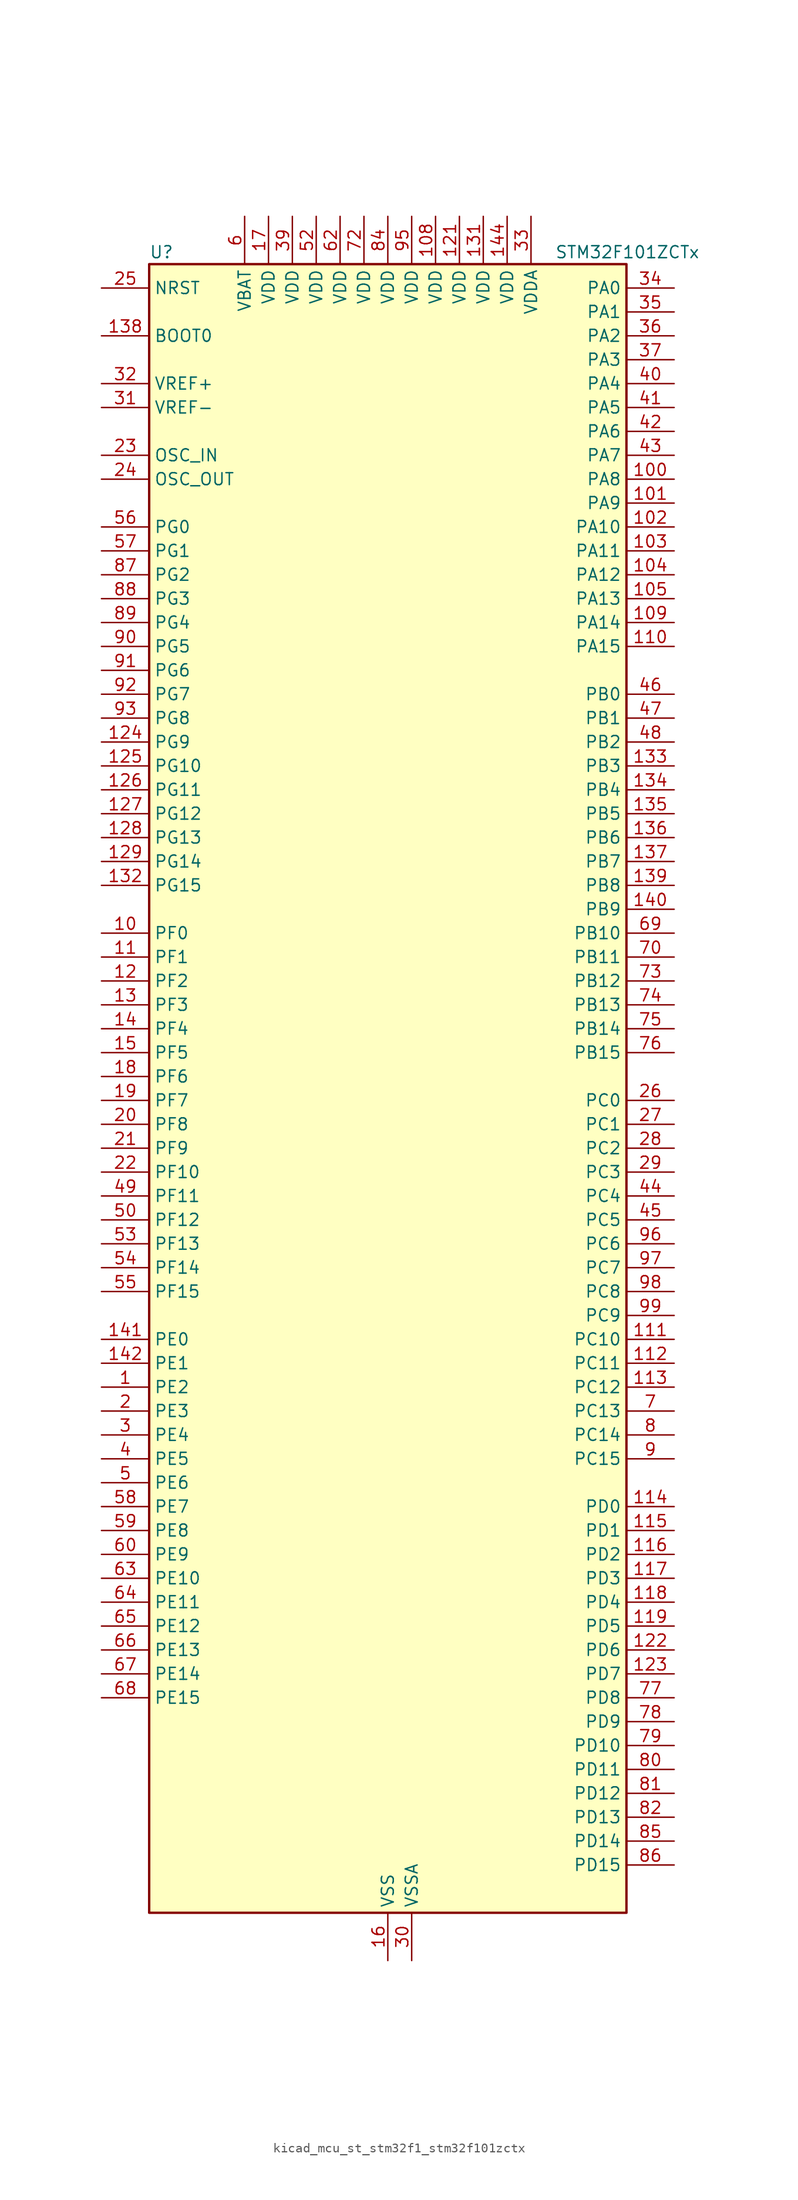
<source format=kicad_sym>
(kicad_symbol_lib
  (version 20220914)
  (generator kicad_symbol_editor)
  (symbol "kicad_mcu_st_stm32f1_stm32f101zctx"
    (property "Reference" "U"
      (at -25.4 90.17 0)
      (effects (font (size 1.27 1.27)) (justify left)))
    (property "Value" "STM32F101ZCTx"
      (at 17.78 90.17 0)
      (effects (font (size 1.27 1.27)) (justify left)))
    (property "ki_locked" ""
      (at 0 0 0)
      (effects (font (size 1.27 1.27))))
    (symbol "kicad_mcu_st_stm32f1_stm32f101zctx_0_1"
      (rectangle (start -25.4 -86.36) (end 25.4 88.9) (stroke (width 0.254) (type default)) (fill (type background))))
    (symbol "kicad_mcu_st_stm32f1_stm32f101zctx_1_1"
      (pin bidirectional line (at -30.48 -30.48 0) (length 5.08) (name "PE2" (effects (font (size 1.27 1.27)))) (number "1" (effects (font (size 1.27 1.27)))) (alternate "FSMC_A23" bidirectional line) (alternate "SYS_TRACECLK" bidirectional line))
      (pin bidirectional line (at -30.48 17.78 0) (length 5.08) (name "PF0" (effects (font (size 1.27 1.27)))) (number "10" (effects (font (size 1.27 1.27)))) (alternate "FSMC_A0" bidirectional line))
      (pin bidirectional line (at 30.48 66.04 180) (length 5.08) (name "PA8" (effects (font (size 1.27 1.27)))) (number "100" (effects (font (size 1.27 1.27)))) (alternate "RCC_MCO" bidirectional line) (alternate "USART1_CK" bidirectional line))
      (pin bidirectional line (at 30.48 63.5 180) (length 5.08) (name "PA9" (effects (font (size 1.27 1.27)))) (number "101" (effects (font (size 1.27 1.27)))) (alternate "DAC_EXTI9" bidirectional line) (alternate "USART1_TX" bidirectional line))
      (pin bidirectional line (at 30.48 60.96 180) (length 5.08) (name "PA10" (effects (font (size 1.27 1.27)))) (number "102" (effects (font (size 1.27 1.27)))) (alternate "USART1_RX" bidirectional line))
      (pin bidirectional line (at 30.48 58.42 180) (length 5.08) (name "PA11" (effects (font (size 1.27 1.27)))) (number "103" (effects (font (size 1.27 1.27)))) (alternate "ADC1_EXTI11" bidirectional line) (alternate "USART1_CTS" bidirectional line))
      (pin bidirectional line (at 30.48 55.88 180) (length 5.08) (name "PA12" (effects (font (size 1.27 1.27)))) (number "104" (effects (font (size 1.27 1.27)))) (alternate "USART1_RTS" bidirectional line))
      (pin bidirectional line (at 30.48 53.34 180) (length 5.08) (name "PA13" (effects (font (size 1.27 1.27)))) (number "105" (effects (font (size 1.27 1.27)))) (alternate "SYS_JTMS-SWDIO" bidirectional line))
      (pin no_connect line (at -25.4 -86.36 0) (length 5.08) hide (name "NC" (effects (font (size 1.27 1.27)))) (number "106" (effects (font (size 1.27 1.27)))))
      (pin passive line (at 0 -91.44 90) (length 5.08) hide (name "VSS" (effects (font (size 1.27 1.27)))) (number "107" (effects (font (size 1.27 1.27)))))
      (pin power_in line (at 5.08 93.98 270) (length 5.08) (name "VDD" (effects (font (size 1.27 1.27)))) (number "108" (effects (font (size 1.27 1.27)))))
      (pin bidirectional line (at 30.48 50.8 180) (length 5.08) (name "PA14" (effects (font (size 1.27 1.27)))) (number "109" (effects (font (size 1.27 1.27)))) (alternate "SYS_JTCK-SWCLK" bidirectional line))
      (pin bidirectional line (at -30.48 15.24 0) (length 5.08) (name "PF1" (effects (font (size 1.27 1.27)))) (number "11" (effects (font (size 1.27 1.27)))) (alternate "FSMC_A1" bidirectional line))
      (pin bidirectional line (at 30.48 48.26 180) (length 5.08) (name "PA15" (effects (font (size 1.27 1.27)))) (number "110" (effects (font (size 1.27 1.27)))) (alternate "ADC1_EXTI15" bidirectional line) (alternate "SPI1_NSS" bidirectional line) (alternate "SPI3_NSS" bidirectional line) (alternate "SYS_JTDI" bidirectional line) (alternate "TIM2_CH1" bidirectional line) (alternate "TIM2_ETR" bidirectional line))
      (pin bidirectional line (at 30.48 -25.4 180) (length 5.08) (name "PC10" (effects (font (size 1.27 1.27)))) (number "111" (effects (font (size 1.27 1.27)))) (alternate "UART4_TX" bidirectional line) (alternate "USART3_TX" bidirectional line))
      (pin bidirectional line (at 30.48 -27.94 180) (length 5.08) (name "PC11" (effects (font (size 1.27 1.27)))) (number "112" (effects (font (size 1.27 1.27)))) (alternate "ADC1_EXTI11" bidirectional line) (alternate "UART4_RX" bidirectional line) (alternate "USART3_RX" bidirectional line))
      (pin bidirectional line (at 30.48 -30.48 180) (length 5.08) (name "PC12" (effects (font (size 1.27 1.27)))) (number "113" (effects (font (size 1.27 1.27)))) (alternate "UART5_TX" bidirectional line) (alternate "USART3_CK" bidirectional line))
      (pin bidirectional line (at 30.48 -43.18 180) (length 5.08) (name "PD0" (effects (font (size 1.27 1.27)))) (number "114" (effects (font (size 1.27 1.27)))) (alternate "FSMC_D2" bidirectional line) (alternate "FSMC_DA2" bidirectional line))
      (pin bidirectional line (at 30.48 -45.72 180) (length 5.08) (name "PD1" (effects (font (size 1.27 1.27)))) (number "115" (effects (font (size 1.27 1.27)))) (alternate "FSMC_D3" bidirectional line) (alternate "FSMC_DA3" bidirectional line))
      (pin bidirectional line (at 30.48 -48.26 180) (length 5.08) (name "PD2" (effects (font (size 1.27 1.27)))) (number "116" (effects (font (size 1.27 1.27)))) (alternate "TIM3_ETR" bidirectional line) (alternate "UART5_RX" bidirectional line))
      (pin bidirectional line (at 30.48 -50.8 180) (length 5.08) (name "PD3" (effects (font (size 1.27 1.27)))) (number "117" (effects (font (size 1.27 1.27)))) (alternate "FSMC_CLK" bidirectional line) (alternate "USART2_CTS" bidirectional line))
      (pin bidirectional line (at 30.48 -53.34 180) (length 5.08) (name "PD4" (effects (font (size 1.27 1.27)))) (number "118" (effects (font (size 1.27 1.27)))) (alternate "FSMC_NOE" bidirectional line) (alternate "USART2_RTS" bidirectional line))
      (pin bidirectional line (at 30.48 -55.88 180) (length 5.08) (name "PD5" (effects (font (size 1.27 1.27)))) (number "119" (effects (font (size 1.27 1.27)))) (alternate "FSMC_NWE" bidirectional line) (alternate "USART2_TX" bidirectional line))
      (pin bidirectional line (at -30.48 12.7 0) (length 5.08) (name "PF2" (effects (font (size 1.27 1.27)))) (number "12" (effects (font (size 1.27 1.27)))) (alternate "FSMC_A2" bidirectional line))
      (pin passive line (at 0 -91.44 90) (length 5.08) hide (name "VSS" (effects (font (size 1.27 1.27)))) (number "120" (effects (font (size 1.27 1.27)))))
      (pin power_in line (at 7.62 93.98 270) (length 5.08) (name "VDD" (effects (font (size 1.27 1.27)))) (number "121" (effects (font (size 1.27 1.27)))))
      (pin bidirectional line (at 30.48 -58.42 180) (length 5.08) (name "PD6" (effects (font (size 1.27 1.27)))) (number "122" (effects (font (size 1.27 1.27)))) (alternate "FSMC_NWAIT" bidirectional line) (alternate "USART2_RX" bidirectional line))
      (pin bidirectional line (at 30.48 -60.96 180) (length 5.08) (name "PD7" (effects (font (size 1.27 1.27)))) (number "123" (effects (font (size 1.27 1.27)))) (alternate "FSMC_NCE2" bidirectional line) (alternate "FSMC_NE1" bidirectional line) (alternate "USART2_CK" bidirectional line))
      (pin bidirectional line (at -30.48 38.1 0) (length 5.08) (name "PG9" (effects (font (size 1.27 1.27)))) (number "124" (effects (font (size 1.27 1.27)))) (alternate "DAC_EXTI9" bidirectional line) (alternate "FSMC_NCE3" bidirectional line) (alternate "FSMC_NE2" bidirectional line))
      (pin bidirectional line (at -30.48 35.56 0) (length 5.08) (name "PG10" (effects (font (size 1.27 1.27)))) (number "125" (effects (font (size 1.27 1.27)))) (alternate "FSMC_NCE4_1" bidirectional line) (alternate "FSMC_NE3" bidirectional line))
      (pin bidirectional line (at -30.48 33.02 0) (length 5.08) (name "PG11" (effects (font (size 1.27 1.27)))) (number "126" (effects (font (size 1.27 1.27)))) (alternate "ADC1_EXTI11" bidirectional line) (alternate "FSMC_NCE4_2" bidirectional line))
      (pin bidirectional line (at -30.48 30.48 0) (length 5.08) (name "PG12" (effects (font (size 1.27 1.27)))) (number "127" (effects (font (size 1.27 1.27)))) (alternate "FSMC_NE4" bidirectional line))
      (pin bidirectional line (at -30.48 27.94 0) (length 5.08) (name "PG13" (effects (font (size 1.27 1.27)))) (number "128" (effects (font (size 1.27 1.27)))) (alternate "FSMC_A24" bidirectional line))
      (pin bidirectional line (at -30.48 25.4 0) (length 5.08) (name "PG14" (effects (font (size 1.27 1.27)))) (number "129" (effects (font (size 1.27 1.27)))) (alternate "FSMC_A25" bidirectional line))
      (pin bidirectional line (at -30.48 10.16 0) (length 5.08) (name "PF3" (effects (font (size 1.27 1.27)))) (number "13" (effects (font (size 1.27 1.27)))) (alternate "FSMC_A3" bidirectional line))
      (pin passive line (at 0 -91.44 90) (length 5.08) hide (name "VSS" (effects (font (size 1.27 1.27)))) (number "130" (effects (font (size 1.27 1.27)))))
      (pin power_in line (at 10.16 93.98 270) (length 5.08) (name "VDD" (effects (font (size 1.27 1.27)))) (number "131" (effects (font (size 1.27 1.27)))))
      (pin bidirectional line (at -30.48 22.86 0) (length 5.08) (name "PG15" (effects (font (size 1.27 1.27)))) (number "132" (effects (font (size 1.27 1.27)))) (alternate "ADC1_EXTI15" bidirectional line))
      (pin bidirectional line (at 30.48 35.56 180) (length 5.08) (name "PB3" (effects (font (size 1.27 1.27)))) (number "133" (effects (font (size 1.27 1.27)))) (alternate "SPI1_SCK" bidirectional line) (alternate "SPI3_SCK" bidirectional line) (alternate "SYS_JTDO-TRACESWO" bidirectional line) (alternate "TIM2_CH2" bidirectional line))
      (pin bidirectional line (at 30.48 33.02 180) (length 5.08) (name "PB4" (effects (font (size 1.27 1.27)))) (number "134" (effects (font (size 1.27 1.27)))) (alternate "SPI1_MISO" bidirectional line) (alternate "SPI3_MISO" bidirectional line) (alternate "SYS_NJTRST" bidirectional line) (alternate "TIM3_CH1" bidirectional line))
      (pin bidirectional line (at 30.48 30.48 180) (length 5.08) (name "PB5" (effects (font (size 1.27 1.27)))) (number "135" (effects (font (size 1.27 1.27)))) (alternate "I2C1_SMBA" bidirectional line) (alternate "SPI1_MOSI" bidirectional line) (alternate "SPI3_MOSI" bidirectional line) (alternate "TIM3_CH2" bidirectional line))
      (pin bidirectional line (at 30.48 27.94 180) (length 5.08) (name "PB6" (effects (font (size 1.27 1.27)))) (number "136" (effects (font (size 1.27 1.27)))) (alternate "I2C1_SCL" bidirectional line) (alternate "TIM4_CH1" bidirectional line) (alternate "USART1_TX" bidirectional line))
      (pin bidirectional line (at 30.48 25.4 180) (length 5.08) (name "PB7" (effects (font (size 1.27 1.27)))) (number "137" (effects (font (size 1.27 1.27)))) (alternate "FSMC_NL" bidirectional line) (alternate "I2C1_SDA" bidirectional line) (alternate "TIM4_CH2" bidirectional line) (alternate "USART1_RX" bidirectional line))
      (pin input line (at -30.48 81.28 0) (length 5.08) (name "BOOT0" (effects (font (size 1.27 1.27)))) (number "138" (effects (font (size 1.27 1.27)))))
      (pin bidirectional line (at 30.48 22.86 180) (length 5.08) (name "PB8" (effects (font (size 1.27 1.27)))) (number "139" (effects (font (size 1.27 1.27)))) (alternate "I2C1_SCL" bidirectional line) (alternate "TIM4_CH3" bidirectional line))
      (pin bidirectional line (at -30.48 7.62 0) (length 5.08) (name "PF4" (effects (font (size 1.27 1.27)))) (number "14" (effects (font (size 1.27 1.27)))) (alternate "FSMC_A4" bidirectional line))
      (pin bidirectional line (at 30.48 20.32 180) (length 5.08) (name "PB9" (effects (font (size 1.27 1.27)))) (number "140" (effects (font (size 1.27 1.27)))) (alternate "DAC_EXTI9" bidirectional line) (alternate "I2C1_SDA" bidirectional line) (alternate "TIM4_CH4" bidirectional line))
      (pin bidirectional line (at -30.48 -25.4 0) (length 5.08) (name "PE0" (effects (font (size 1.27 1.27)))) (number "141" (effects (font (size 1.27 1.27)))) (alternate "FSMC_NBL0" bidirectional line) (alternate "TIM4_ETR" bidirectional line))
      (pin bidirectional line (at -30.48 -27.94 0) (length 5.08) (name "PE1" (effects (font (size 1.27 1.27)))) (number "142" (effects (font (size 1.27 1.27)))) (alternate "FSMC_NBL1" bidirectional line))
      (pin passive line (at 0 -91.44 90) (length 5.08) hide (name "VSS" (effects (font (size 1.27 1.27)))) (number "143" (effects (font (size 1.27 1.27)))))
      (pin power_in line (at 12.7 93.98 270) (length 5.08) (name "VDD" (effects (font (size 1.27 1.27)))) (number "144" (effects (font (size 1.27 1.27)))))
      (pin bidirectional line (at -30.48 5.08 0) (length 5.08) (name "PF5" (effects (font (size 1.27 1.27)))) (number "15" (effects (font (size 1.27 1.27)))) (alternate "FSMC_A5" bidirectional line))
      (pin power_in line (at 0 -91.44 90) (length 5.08) (name "VSS" (effects (font (size 1.27 1.27)))) (number "16" (effects (font (size 1.27 1.27)))))
      (pin power_in line (at -12.7 93.98 270) (length 5.08) (name "VDD" (effects (font (size 1.27 1.27)))) (number "17" (effects (font (size 1.27 1.27)))))
      (pin bidirectional line (at -30.48 2.54 0) (length 5.08) (name "PF6" (effects (font (size 1.27 1.27)))) (number "18" (effects (font (size 1.27 1.27)))) (alternate "FSMC_NIORD" bidirectional line))
      (pin bidirectional line (at -30.48 0 0) (length 5.08) (name "PF7" (effects (font (size 1.27 1.27)))) (number "19" (effects (font (size 1.27 1.27)))) (alternate "FSMC_NREG" bidirectional line))
      (pin bidirectional line (at -30.48 -33.02 0) (length 5.08) (name "PE3" (effects (font (size 1.27 1.27)))) (number "2" (effects (font (size 1.27 1.27)))) (alternate "FSMC_A19" bidirectional line) (alternate "SYS_TRACED0" bidirectional line))
      (pin bidirectional line (at -30.48 -2.54 0) (length 5.08) (name "PF8" (effects (font (size 1.27 1.27)))) (number "20" (effects (font (size 1.27 1.27)))) (alternate "FSMC_NIOWR" bidirectional line))
      (pin bidirectional line (at -30.48 -5.08 0) (length 5.08) (name "PF9" (effects (font (size 1.27 1.27)))) (number "21" (effects (font (size 1.27 1.27)))) (alternate "DAC_EXTI9" bidirectional line) (alternate "FSMC_CD" bidirectional line))
      (pin bidirectional line (at -30.48 -7.62 0) (length 5.08) (name "PF10" (effects (font (size 1.27 1.27)))) (number "22" (effects (font (size 1.27 1.27)))) (alternate "FSMC_INTR" bidirectional line))
      (pin input line (at -30.48 68.58 0) (length 5.08) (name "OSC_IN" (effects (font (size 1.27 1.27)))) (number "23" (effects (font (size 1.27 1.27)))) (alternate "RCC_OSC_IN" bidirectional line))
      (pin input line (at -30.48 66.04 0) (length 5.08) (name "OSC_OUT" (effects (font (size 1.27 1.27)))) (number "24" (effects (font (size 1.27 1.27)))) (alternate "RCC_OSC_OUT" bidirectional line))
      (pin input line (at -30.48 86.36 0) (length 5.08) (name "NRST" (effects (font (size 1.27 1.27)))) (number "25" (effects (font (size 1.27 1.27)))))
      (pin bidirectional line (at 30.48 0 180) (length 5.08) (name "PC0" (effects (font (size 1.27 1.27)))) (number "26" (effects (font (size 1.27 1.27)))) (alternate "ADC1_IN10" bidirectional line))
      (pin bidirectional line (at 30.48 -2.54 180) (length 5.08) (name "PC1" (effects (font (size 1.27 1.27)))) (number "27" (effects (font (size 1.27 1.27)))) (alternate "ADC1_IN11" bidirectional line))
      (pin bidirectional line (at 30.48 -5.08 180) (length 5.08) (name "PC2" (effects (font (size 1.27 1.27)))) (number "28" (effects (font (size 1.27 1.27)))) (alternate "ADC1_IN12" bidirectional line))
      (pin bidirectional line (at 30.48 -7.62 180) (length 5.08) (name "PC3" (effects (font (size 1.27 1.27)))) (number "29" (effects (font (size 1.27 1.27)))) (alternate "ADC1_IN13" bidirectional line))
      (pin bidirectional line (at -30.48 -35.56 0) (length 5.08) (name "PE4" (effects (font (size 1.27 1.27)))) (number "3" (effects (font (size 1.27 1.27)))) (alternate "FSMC_A20" bidirectional line) (alternate "SYS_TRACED1" bidirectional line))
      (pin power_in line (at 2.54 -91.44 90) (length 5.08) (name "VSSA" (effects (font (size 1.27 1.27)))) (number "30" (effects (font (size 1.27 1.27)))))
      (pin input line (at -30.48 73.66 0) (length 5.08) (name "VREF-" (effects (font (size 1.27 1.27)))) (number "31" (effects (font (size 1.27 1.27)))))
      (pin input line (at -30.48 76.2 0) (length 5.08) (name "VREF+" (effects (font (size 1.27 1.27)))) (number "32" (effects (font (size 1.27 1.27)))))
      (pin power_in line (at 15.24 93.98 270) (length 5.08) (name "VDDA" (effects (font (size 1.27 1.27)))) (number "33" (effects (font (size 1.27 1.27)))))
      (pin bidirectional line (at 30.48 86.36 180) (length 5.08) (name "PA0" (effects (font (size 1.27 1.27)))) (number "34" (effects (font (size 1.27 1.27)))) (alternate "ADC1_IN0" bidirectional line) (alternate "SYS_WKUP" bidirectional line) (alternate "TIM2_CH1" bidirectional line) (alternate "TIM2_ETR" bidirectional line) (alternate "TIM5_CH1" bidirectional line) (alternate "USART2_CTS" bidirectional line))
      (pin bidirectional line (at 30.48 83.82 180) (length 5.08) (name "PA1" (effects (font (size 1.27 1.27)))) (number "35" (effects (font (size 1.27 1.27)))) (alternate "ADC1_IN1" bidirectional line) (alternate "TIM2_CH2" bidirectional line) (alternate "TIM5_CH2" bidirectional line) (alternate "USART2_RTS" bidirectional line))
      (pin bidirectional line (at 30.48 81.28 180) (length 5.08) (name "PA2" (effects (font (size 1.27 1.27)))) (number "36" (effects (font (size 1.27 1.27)))) (alternate "ADC1_IN2" bidirectional line) (alternate "TIM2_CH3" bidirectional line) (alternate "TIM5_CH3" bidirectional line) (alternate "USART2_TX" bidirectional line))
      (pin bidirectional line (at 30.48 78.74 180) (length 5.08) (name "PA3" (effects (font (size 1.27 1.27)))) (number "37" (effects (font (size 1.27 1.27)))) (alternate "ADC1_IN3" bidirectional line) (alternate "TIM2_CH4" bidirectional line) (alternate "TIM5_CH4" bidirectional line) (alternate "USART2_RX" bidirectional line))
      (pin passive line (at 0 -91.44 90) (length 5.08) hide (name "VSS" (effects (font (size 1.27 1.27)))) (number "38" (effects (font (size 1.27 1.27)))))
      (pin power_in line (at -10.16 93.98 270) (length 5.08) (name "VDD" (effects (font (size 1.27 1.27)))) (number "39" (effects (font (size 1.27 1.27)))))
      (pin bidirectional line (at -30.48 -38.1 0) (length 5.08) (name "PE5" (effects (font (size 1.27 1.27)))) (number "4" (effects (font (size 1.27 1.27)))) (alternate "FSMC_A21" bidirectional line) (alternate "SYS_TRACED2" bidirectional line))
      (pin bidirectional line (at 30.48 76.2 180) (length 5.08) (name "PA4" (effects (font (size 1.27 1.27)))) (number "40" (effects (font (size 1.27 1.27)))) (alternate "ADC1_IN4" bidirectional line) (alternate "DAC_OUT1" bidirectional line) (alternate "SPI1_NSS" bidirectional line) (alternate "USART2_CK" bidirectional line))
      (pin bidirectional line (at 30.48 73.66 180) (length 5.08) (name "PA5" (effects (font (size 1.27 1.27)))) (number "41" (effects (font (size 1.27 1.27)))) (alternate "ADC1_IN5" bidirectional line) (alternate "DAC_OUT2" bidirectional line) (alternate "SPI1_SCK" bidirectional line))
      (pin bidirectional line (at 30.48 71.12 180) (length 5.08) (name "PA6" (effects (font (size 1.27 1.27)))) (number "42" (effects (font (size 1.27 1.27)))) (alternate "ADC1_IN6" bidirectional line) (alternate "SPI1_MISO" bidirectional line) (alternate "TIM3_CH1" bidirectional line))
      (pin bidirectional line (at 30.48 68.58 180) (length 5.08) (name "PA7" (effects (font (size 1.27 1.27)))) (number "43" (effects (font (size 1.27 1.27)))) (alternate "ADC1_IN7" bidirectional line) (alternate "SPI1_MOSI" bidirectional line) (alternate "TIM3_CH2" bidirectional line))
      (pin bidirectional line (at 30.48 -10.16 180) (length 5.08) (name "PC4" (effects (font (size 1.27 1.27)))) (number "44" (effects (font (size 1.27 1.27)))) (alternate "ADC1_IN14" bidirectional line))
      (pin bidirectional line (at 30.48 -12.7 180) (length 5.08) (name "PC5" (effects (font (size 1.27 1.27)))) (number "45" (effects (font (size 1.27 1.27)))) (alternate "ADC1_IN15" bidirectional line))
      (pin bidirectional line (at 30.48 43.18 180) (length 5.08) (name "PB0" (effects (font (size 1.27 1.27)))) (number "46" (effects (font (size 1.27 1.27)))) (alternate "ADC1_IN8" bidirectional line) (alternate "TIM3_CH3" bidirectional line))
      (pin bidirectional line (at 30.48 40.64 180) (length 5.08) (name "PB1" (effects (font (size 1.27 1.27)))) (number "47" (effects (font (size 1.27 1.27)))) (alternate "ADC1_IN9" bidirectional line) (alternate "TIM3_CH4" bidirectional line))
      (pin bidirectional line (at 30.48 38.1 180) (length 5.08) (name "PB2" (effects (font (size 1.27 1.27)))) (number "48" (effects (font (size 1.27 1.27)))))
      (pin bidirectional line (at -30.48 -10.16 0) (length 5.08) (name "PF11" (effects (font (size 1.27 1.27)))) (number "49" (effects (font (size 1.27 1.27)))) (alternate "ADC1_EXTI11" bidirectional line) (alternate "FSMC_NIOS16" bidirectional line))
      (pin bidirectional line (at -30.48 -40.64 0) (length 5.08) (name "PE6" (effects (font (size 1.27 1.27)))) (number "5" (effects (font (size 1.27 1.27)))) (alternate "FSMC_A22" bidirectional line) (alternate "SYS_TRACED3" bidirectional line))
      (pin bidirectional line (at -30.48 -12.7 0) (length 5.08) (name "PF12" (effects (font (size 1.27 1.27)))) (number "50" (effects (font (size 1.27 1.27)))) (alternate "FSMC_A6" bidirectional line))
      (pin passive line (at 0 -91.44 90) (length 5.08) hide (name "VSS" (effects (font (size 1.27 1.27)))) (number "51" (effects (font (size 1.27 1.27)))))
      (pin power_in line (at -7.62 93.98 270) (length 5.08) (name "VDD" (effects (font (size 1.27 1.27)))) (number "52" (effects (font (size 1.27 1.27)))))
      (pin bidirectional line (at -30.48 -15.24 0) (length 5.08) (name "PF13" (effects (font (size 1.27 1.27)))) (number "53" (effects (font (size 1.27 1.27)))) (alternate "FSMC_A7" bidirectional line))
      (pin bidirectional line (at -30.48 -17.78 0) (length 5.08) (name "PF14" (effects (font (size 1.27 1.27)))) (number "54" (effects (font (size 1.27 1.27)))) (alternate "FSMC_A8" bidirectional line))
      (pin bidirectional line (at -30.48 -20.32 0) (length 5.08) (name "PF15" (effects (font (size 1.27 1.27)))) (number "55" (effects (font (size 1.27 1.27)))) (alternate "ADC1_EXTI15" bidirectional line) (alternate "FSMC_A9" bidirectional line))
      (pin bidirectional line (at -30.48 60.96 0) (length 5.08) (name "PG0" (effects (font (size 1.27 1.27)))) (number "56" (effects (font (size 1.27 1.27)))) (alternate "FSMC_A10" bidirectional line))
      (pin bidirectional line (at -30.48 58.42 0) (length 5.08) (name "PG1" (effects (font (size 1.27 1.27)))) (number "57" (effects (font (size 1.27 1.27)))) (alternate "FSMC_A11" bidirectional line))
      (pin bidirectional line (at -30.48 -43.18 0) (length 5.08) (name "PE7" (effects (font (size 1.27 1.27)))) (number "58" (effects (font (size 1.27 1.27)))) (alternate "FSMC_D4" bidirectional line) (alternate "FSMC_DA4" bidirectional line))
      (pin bidirectional line (at -30.48 -45.72 0) (length 5.08) (name "PE8" (effects (font (size 1.27 1.27)))) (number "59" (effects (font (size 1.27 1.27)))) (alternate "FSMC_D5" bidirectional line) (alternate "FSMC_DA5" bidirectional line))
      (pin power_in line (at -15.24 93.98 270) (length 5.08) (name "VBAT" (effects (font (size 1.27 1.27)))) (number "6" (effects (font (size 1.27 1.27)))))
      (pin bidirectional line (at -30.48 -48.26 0) (length 5.08) (name "PE9" (effects (font (size 1.27 1.27)))) (number "60" (effects (font (size 1.27 1.27)))) (alternate "DAC_EXTI9" bidirectional line) (alternate "FSMC_D6" bidirectional line) (alternate "FSMC_DA6" bidirectional line))
      (pin passive line (at 0 -91.44 90) (length 5.08) hide (name "VSS" (effects (font (size 1.27 1.27)))) (number "61" (effects (font (size 1.27 1.27)))))
      (pin power_in line (at -5.08 93.98 270) (length 5.08) (name "VDD" (effects (font (size 1.27 1.27)))) (number "62" (effects (font (size 1.27 1.27)))))
      (pin bidirectional line (at -30.48 -50.8 0) (length 5.08) (name "PE10" (effects (font (size 1.27 1.27)))) (number "63" (effects (font (size 1.27 1.27)))) (alternate "FSMC_D7" bidirectional line) (alternate "FSMC_DA7" bidirectional line))
      (pin bidirectional line (at -30.48 -53.34 0) (length 5.08) (name "PE11" (effects (font (size 1.27 1.27)))) (number "64" (effects (font (size 1.27 1.27)))) (alternate "ADC1_EXTI11" bidirectional line) (alternate "FSMC_D8" bidirectional line) (alternate "FSMC_DA8" bidirectional line))
      (pin bidirectional line (at -30.48 -55.88 0) (length 5.08) (name "PE12" (effects (font (size 1.27 1.27)))) (number "65" (effects (font (size 1.27 1.27)))) (alternate "FSMC_D9" bidirectional line) (alternate "FSMC_DA9" bidirectional line))
      (pin bidirectional line (at -30.48 -58.42 0) (length 5.08) (name "PE13" (effects (font (size 1.27 1.27)))) (number "66" (effects (font (size 1.27 1.27)))) (alternate "FSMC_D10" bidirectional line) (alternate "FSMC_DA10" bidirectional line))
      (pin bidirectional line (at -30.48 -60.96 0) (length 5.08) (name "PE14" (effects (font (size 1.27 1.27)))) (number "67" (effects (font (size 1.27 1.27)))) (alternate "FSMC_D11" bidirectional line) (alternate "FSMC_DA11" bidirectional line))
      (pin bidirectional line (at -30.48 -63.5 0) (length 5.08) (name "PE15" (effects (font (size 1.27 1.27)))) (number "68" (effects (font (size 1.27 1.27)))) (alternate "ADC1_EXTI15" bidirectional line) (alternate "FSMC_D12" bidirectional line) (alternate "FSMC_DA12" bidirectional line))
      (pin bidirectional line (at 30.48 17.78 180) (length 5.08) (name "PB10" (effects (font (size 1.27 1.27)))) (number "69" (effects (font (size 1.27 1.27)))) (alternate "I2C2_SCL" bidirectional line) (alternate "TIM2_CH3" bidirectional line) (alternate "USART3_TX" bidirectional line))
      (pin bidirectional line (at 30.48 -33.02 180) (length 5.08) (name "PC13" (effects (font (size 1.27 1.27)))) (number "7" (effects (font (size 1.27 1.27)))) (alternate "RTC_OUT" bidirectional line) (alternate "RTC_TAMPER" bidirectional line))
      (pin bidirectional line (at 30.48 15.24 180) (length 5.08) (name "PB11" (effects (font (size 1.27 1.27)))) (number "70" (effects (font (size 1.27 1.27)))) (alternate "ADC1_EXTI11" bidirectional line) (alternate "I2C2_SDA" bidirectional line) (alternate "TIM2_CH4" bidirectional line) (alternate "USART3_RX" bidirectional line))
      (pin passive line (at 0 -91.44 90) (length 5.08) hide (name "VSS" (effects (font (size 1.27 1.27)))) (number "71" (effects (font (size 1.27 1.27)))))
      (pin power_in line (at -2.54 93.98 270) (length 5.08) (name "VDD" (effects (font (size 1.27 1.27)))) (number "72" (effects (font (size 1.27 1.27)))))
      (pin bidirectional line (at 30.48 12.7 180) (length 5.08) (name "PB12" (effects (font (size 1.27 1.27)))) (number "73" (effects (font (size 1.27 1.27)))) (alternate "I2C2_SMBA" bidirectional line) (alternate "SPI2_NSS" bidirectional line) (alternate "USART3_CK" bidirectional line))
      (pin bidirectional line (at 30.48 10.16 180) (length 5.08) (name "PB13" (effects (font (size 1.27 1.27)))) (number "74" (effects (font (size 1.27 1.27)))) (alternate "SPI2_SCK" bidirectional line) (alternate "USART3_CTS" bidirectional line))
      (pin bidirectional line (at 30.48 7.62 180) (length 5.08) (name "PB14" (effects (font (size 1.27 1.27)))) (number "75" (effects (font (size 1.27 1.27)))) (alternate "SPI2_MISO" bidirectional line) (alternate "USART3_RTS" bidirectional line))
      (pin bidirectional line (at 30.48 5.08 180) (length 5.08) (name "PB15" (effects (font (size 1.27 1.27)))) (number "76" (effects (font (size 1.27 1.27)))) (alternate "ADC1_EXTI15" bidirectional line) (alternate "SPI2_MOSI" bidirectional line))
      (pin bidirectional line (at 30.48 -63.5 180) (length 5.08) (name "PD8" (effects (font (size 1.27 1.27)))) (number "77" (effects (font (size 1.27 1.27)))) (alternate "FSMC_D13" bidirectional line) (alternate "FSMC_DA13" bidirectional line) (alternate "USART3_TX" bidirectional line))
      (pin bidirectional line (at 30.48 -66.04 180) (length 5.08) (name "PD9" (effects (font (size 1.27 1.27)))) (number "78" (effects (font (size 1.27 1.27)))) (alternate "DAC_EXTI9" bidirectional line) (alternate "FSMC_D14" bidirectional line) (alternate "FSMC_DA14" bidirectional line) (alternate "USART3_RX" bidirectional line))
      (pin bidirectional line (at 30.48 -68.58 180) (length 5.08) (name "PD10" (effects (font (size 1.27 1.27)))) (number "79" (effects (font (size 1.27 1.27)))) (alternate "FSMC_D15" bidirectional line) (alternate "FSMC_DA15" bidirectional line) (alternate "USART3_CK" bidirectional line))
      (pin bidirectional line (at 30.48 -35.56 180) (length 5.08) (name "PC14" (effects (font (size 1.27 1.27)))) (number "8" (effects (font (size 1.27 1.27)))) (alternate "RCC_OSC32_IN" bidirectional line))
      (pin bidirectional line (at 30.48 -71.12 180) (length 5.08) (name "PD11" (effects (font (size 1.27 1.27)))) (number "80" (effects (font (size 1.27 1.27)))) (alternate "ADC1_EXTI11" bidirectional line) (alternate "FSMC_A16" bidirectional line) (alternate "FSMC_CLE" bidirectional line) (alternate "USART3_CTS" bidirectional line))
      (pin bidirectional line (at 30.48 -73.66 180) (length 5.08) (name "PD12" (effects (font (size 1.27 1.27)))) (number "81" (effects (font (size 1.27 1.27)))) (alternate "FSMC_A17" bidirectional line) (alternate "FSMC_ALE" bidirectional line) (alternate "TIM4_CH1" bidirectional line) (alternate "USART3_RTS" bidirectional line))
      (pin bidirectional line (at 30.48 -76.2 180) (length 5.08) (name "PD13" (effects (font (size 1.27 1.27)))) (number "82" (effects (font (size 1.27 1.27)))) (alternate "FSMC_A18" bidirectional line) (alternate "TIM4_CH2" bidirectional line))
      (pin passive line (at 0 -91.44 90) (length 5.08) hide (name "VSS" (effects (font (size 1.27 1.27)))) (number "83" (effects (font (size 1.27 1.27)))))
      (pin power_in line (at 0 93.98 270) (length 5.08) (name "VDD" (effects (font (size 1.27 1.27)))) (number "84" (effects (font (size 1.27 1.27)))))
      (pin bidirectional line (at 30.48 -78.74 180) (length 5.08) (name "PD14" (effects (font (size 1.27 1.27)))) (number "85" (effects (font (size 1.27 1.27)))) (alternate "FSMC_D0" bidirectional line) (alternate "FSMC_DA0" bidirectional line) (alternate "TIM4_CH3" bidirectional line))
      (pin bidirectional line (at 30.48 -81.28 180) (length 5.08) (name "PD15" (effects (font (size 1.27 1.27)))) (number "86" (effects (font (size 1.27 1.27)))) (alternate "ADC1_EXTI15" bidirectional line) (alternate "FSMC_D1" bidirectional line) (alternate "FSMC_DA1" bidirectional line) (alternate "TIM4_CH4" bidirectional line))
      (pin bidirectional line (at -30.48 55.88 0) (length 5.08) (name "PG2" (effects (font (size 1.27 1.27)))) (number "87" (effects (font (size 1.27 1.27)))) (alternate "FSMC_A12" bidirectional line))
      (pin bidirectional line (at -30.48 53.34 0) (length 5.08) (name "PG3" (effects (font (size 1.27 1.27)))) (number "88" (effects (font (size 1.27 1.27)))) (alternate "FSMC_A13" bidirectional line))
      (pin bidirectional line (at -30.48 50.8 0) (length 5.08) (name "PG4" (effects (font (size 1.27 1.27)))) (number "89" (effects (font (size 1.27 1.27)))) (alternate "FSMC_A14" bidirectional line))
      (pin bidirectional line (at 30.48 -38.1 180) (length 5.08) (name "PC15" (effects (font (size 1.27 1.27)))) (number "9" (effects (font (size 1.27 1.27)))) (alternate "ADC1_EXTI15" bidirectional line) (alternate "RCC_OSC32_OUT" bidirectional line))
      (pin bidirectional line (at -30.48 48.26 0) (length 5.08) (name "PG5" (effects (font (size 1.27 1.27)))) (number "90" (effects (font (size 1.27 1.27)))) (alternate "FSMC_A15" bidirectional line))
      (pin bidirectional line (at -30.48 45.72 0) (length 5.08) (name "PG6" (effects (font (size 1.27 1.27)))) (number "91" (effects (font (size 1.27 1.27)))) (alternate "FSMC_INT2" bidirectional line))
      (pin bidirectional line (at -30.48 43.18 0) (length 5.08) (name "PG7" (effects (font (size 1.27 1.27)))) (number "92" (effects (font (size 1.27 1.27)))) (alternate "FSMC_INT3" bidirectional line))
      (pin bidirectional line (at -30.48 40.64 0) (length 5.08) (name "PG8" (effects (font (size 1.27 1.27)))) (number "93" (effects (font (size 1.27 1.27)))))
      (pin passive line (at 0 -91.44 90) (length 5.08) hide (name "VSS" (effects (font (size 1.27 1.27)))) (number "94" (effects (font (size 1.27 1.27)))))
      (pin power_in line (at 2.54 93.98 270) (length 5.08) (name "VDD" (effects (font (size 1.27 1.27)))) (number "95" (effects (font (size 1.27 1.27)))))
      (pin bidirectional line (at 30.48 -15.24 180) (length 5.08) (name "PC6" (effects (font (size 1.27 1.27)))) (number "96" (effects (font (size 1.27 1.27)))) (alternate "TIM3_CH1" bidirectional line))
      (pin bidirectional line (at 30.48 -17.78 180) (length 5.08) (name "PC7" (effects (font (size 1.27 1.27)))) (number "97" (effects (font (size 1.27 1.27)))) (alternate "TIM3_CH2" bidirectional line))
      (pin bidirectional line (at 30.48 -20.32 180) (length 5.08) (name "PC8" (effects (font (size 1.27 1.27)))) (number "98" (effects (font (size 1.27 1.27)))) (alternate "TIM3_CH3" bidirectional line))
      (pin bidirectional line (at 30.48 -22.86 180) (length 5.08) (name "PC9" (effects (font (size 1.27 1.27)))) (number "99" (effects (font (size 1.27 1.27)))) (alternate "DAC_EXTI9" bidirectional line) (alternate "TIM3_CH4" bidirectional line)))))
</source>
